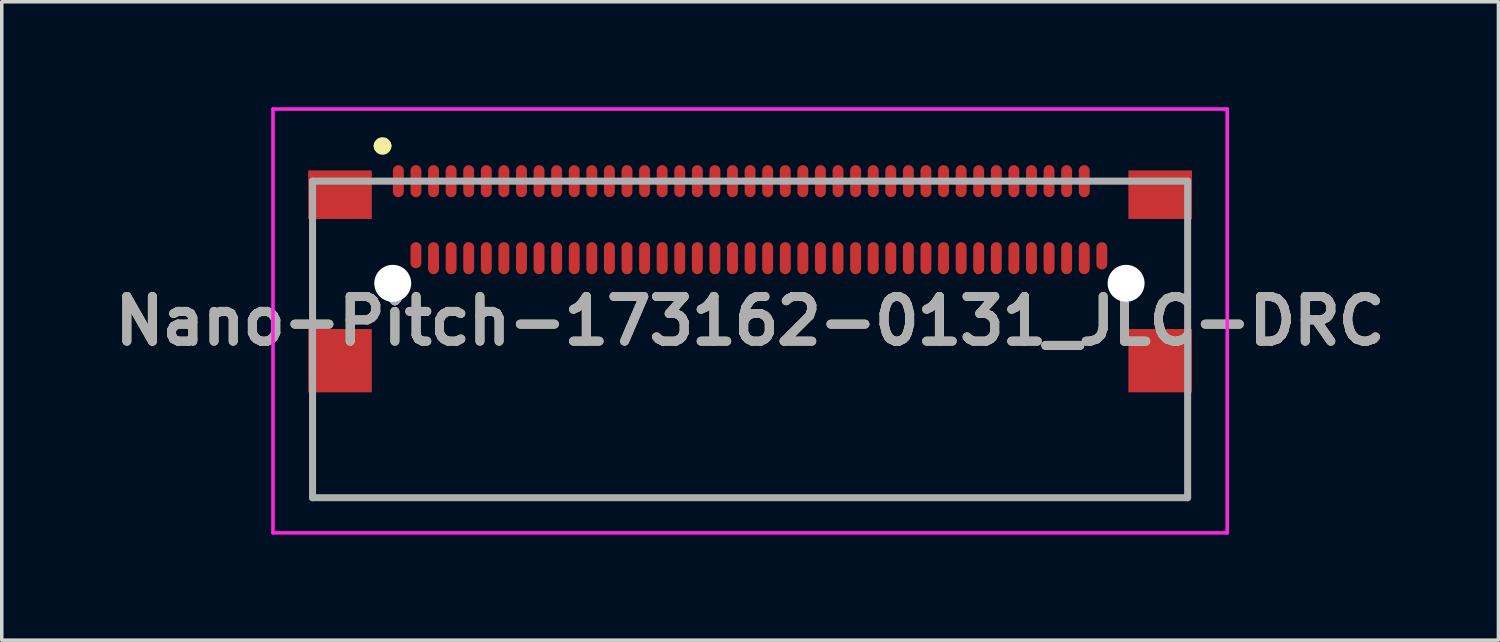
<source format=kicad_pcb>
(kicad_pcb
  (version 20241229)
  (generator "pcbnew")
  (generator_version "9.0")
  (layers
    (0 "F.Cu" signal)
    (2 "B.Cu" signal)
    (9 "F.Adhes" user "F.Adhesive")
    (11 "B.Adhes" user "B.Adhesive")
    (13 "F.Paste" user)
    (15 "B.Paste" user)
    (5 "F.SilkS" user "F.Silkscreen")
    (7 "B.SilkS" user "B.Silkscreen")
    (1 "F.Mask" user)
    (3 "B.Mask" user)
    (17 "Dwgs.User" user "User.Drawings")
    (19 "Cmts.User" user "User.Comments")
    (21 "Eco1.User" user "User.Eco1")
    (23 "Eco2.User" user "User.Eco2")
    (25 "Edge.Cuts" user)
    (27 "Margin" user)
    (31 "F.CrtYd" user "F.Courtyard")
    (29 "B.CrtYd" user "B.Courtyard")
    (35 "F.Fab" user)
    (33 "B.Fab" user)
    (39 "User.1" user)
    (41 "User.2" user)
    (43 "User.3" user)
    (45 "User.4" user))
  (footprint "Nano-Pitch-173162-0131_JLC-DRC"
    (layer "F.Cu")
    (at 18.276 3.195)
    (property "Reference" "Nano-Pitch-173162-0131_JLC-DRC" (at 0 2.88 0) (layer "F.SilkS") (effects (font (size 1.27 1.27) (thickness 0.254))))
    (attr smd)
    (fp_line (start -12.44 0.405) (end -12.44 2.905) (stroke (width 0.1) (type solid)) (layer "F.SilkS"))
    (fp_line (start -12.44 4.905) (end -12.44 7.905) (stroke (width 0.1) (type solid)) (layer "F.SilkS"))
    (fp_line (start -12.44 7.905) (end 12.44 7.905) (stroke (width 0.1) (type solid)) (layer "F.SilkS"))
    (fp_line (start -10.5 -2.095) (end -10.5 -2.095) (stroke (width 0.4) (type solid)) (layer "F.SilkS"))
    (fp_line (start -10.4 -2.095) (end -10.4 -2.095) (stroke (width 0.4) (type solid)) (layer "F.SilkS"))
    (fp_line (start 10 -1.095) (end 10.5 -1.095) (stroke (width 0.1) (type solid)) (layer "F.SilkS"))
    (fp_line (start 12.44 0.405) (end 12.44 2.905) (stroke (width 0.1) (type solid)) (layer "F.SilkS"))
    (fp_line (start 12.44 7.905) (end 12.44 4.905) (stroke (width 0.1) (type solid)) (layer "F.SilkS"))
    (fp_arc (start -10.5 -2.095) (mid -10.45 -2.145) (end -10.4 -2.095) (stroke (width 0.4) (type solid)) (layer "F.SilkS"))
    (fp_arc (start -10.4 -2.095) (mid -10.45 -2.045) (end -10.5 -2.095) (stroke (width 0.4) (type solid)) (layer "F.SilkS"))
    (fp_line (start -13.565 -3.145) (end 13.565 -3.145) (stroke (width 0.1) (type solid)) (layer "F.CrtYd"))
    (fp_line (start -13.565 8.905) (end -13.565 -3.145) (stroke (width 0.1) (type solid)) (layer "F.CrtYd"))
    (fp_line (start 13.565 -3.145) (end 13.565 8.905) (stroke (width 0.1) (type solid)) (layer "F.CrtYd"))
    (fp_line (start 13.565 8.905) (end -13.565 8.905) (stroke (width 0.1) (type solid)) (layer "F.CrtYd"))
    (fp_line (start -12.44 -1.095) (end 12.44 -1.095) (stroke (width 0.2) (type solid)) (layer "F.Fab"))
    (fp_line (start -12.44 7.905) (end -12.44 -1.095) (stroke (width 0.2) (type solid)) (layer "F.Fab"))
    (fp_line (start 12.44 -1.095) (end 12.44 7.905) (stroke (width 0.2) (type solid)) (layer "F.Fab"))
    (fp_line (start 12.44 7.905) (end -12.44 7.905) (stroke (width 0.2) (type solid)) (layer "F.Fab"))
    (fp_text user "${REFERENCE}" (at 0 2.88 0) (layer "F.Fab") (effects (font (size 1.27 1.27) (thickness 0.254))))
    (pad "" np_thru_hole circle (at -10.16 1.81) (size 1.05 1.05) (drill 1.05) (layers "*.Cu" "*.Mask"))
    (pad "" np_thru_hole circle (at 10.69 1.81) (size 1.05 1.05) (drill 1.05) (layers "*.Cu" "*.Mask"))
    (pad "A1" smd oval (at -9.5 1.01) (size 0.31 0.74) (layers "F.Cu" "F.Mask" "F.Paste"))
    (pad "A2" smd oval (at -9 1.095) (size 0.31 0.91) (layers "F.Cu" "F.Mask" "F.Paste"))
    (pad "A3" smd oval (at -8.5 1.095) (size 0.31 0.91) (layers "F.Cu" "F.Mask" "F.Paste"))
    (pad "A4" smd oval (at -8 1.095) (size 0.31 0.91) (layers "F.Cu" "F.Mask" "F.Paste"))
    (pad "A5" smd oval (at -7.5 1.095) (size 0.31 0.91) (layers "F.Cu" "F.Mask" "F.Paste"))
    (pad "A6" smd oval (at -7 1.095) (size 0.31 0.91) (layers "F.Cu" "F.Mask" "F.Paste"))
    (pad "A7" smd oval (at -6.5 1.095) (size 0.31 0.91) (layers "F.Cu" "F.Mask" "F.Paste"))
    (pad "A8" smd oval (at -6 1.095) (size 0.31 0.91) (layers "F.Cu" "F.Mask" "F.Paste"))
    (pad "A9" smd oval (at -5.5 1.095) (size 0.31 0.91) (layers "F.Cu" "F.Mask" "F.Paste"))
    (pad "A10" smd oval (at -5 1.095) (size 0.31 0.91) (layers "F.Cu" "F.Mask" "F.Paste"))
    (pad "A11" smd oval (at -4.5 1.095) (size 0.31 0.91) (layers "F.Cu" "F.Mask" "F.Paste"))
    (pad "A12" smd oval (at -4 1.095) (size 0.31 0.91) (layers "F.Cu" "F.Mask" "F.Paste"))
    (pad "A13" smd oval (at -3.5 1.095) (size 0.31 0.91) (layers "F.Cu" "F.Mask" "F.Paste"))
    (pad "A14" smd oval (at -3 1.095) (size 0.31 0.91) (layers "F.Cu" "F.Mask" "F.Paste"))
    (pad "A15" smd oval (at -2.5 1.095) (size 0.31 0.91) (layers "F.Cu" "F.Mask" "F.Paste"))
    (pad "A16" smd oval (at -2 1.095) (size 0.31 0.91) (layers "F.Cu" "F.Mask" "F.Paste"))
    (pad "A17" smd oval (at -1.5 1.095) (size 0.31 0.91) (layers "F.Cu" "F.Mask" "F.Paste"))
    (pad "A18" smd oval (at -1 1.095) (size 0.31 0.91) (layers "F.Cu" "F.Mask" "F.Paste"))
    (pad "A19" smd oval (at -0.5 1.095) (size 0.31 0.91) (layers "F.Cu" "F.Mask" "F.Paste"))
    (pad "A20" smd oval (at 0 1.095) (size 0.31 0.91) (layers "F.Cu" "F.Mask" "F.Paste"))
    (pad "A21" smd oval (at 0.5 1.095) (size 0.31 0.91) (layers "F.Cu" "F.Mask" "F.Paste"))
    (pad "A22" smd oval (at 1 1.095) (size 0.31 0.91) (layers "F.Cu" "F.Mask" "F.Paste"))
    (pad "A23" smd oval (at 1.5 1.095) (size 0.31 0.91) (layers "F.Cu" "F.Mask" "F.Paste"))
    (pad "A24" smd oval (at 2 1.095) (size 0.31 0.91) (layers "F.Cu" "F.Mask" "F.Paste"))
    (pad "A25" smd oval (at 2.5 1.095) (size 0.31 0.91) (layers "F.Cu" "F.Mask" "F.Paste"))
    (pad "A26" smd oval (at 3 1.095) (size 0.31 0.91) (layers "F.Cu" "F.Mask" "F.Paste"))
    (pad "A27" smd oval (at 3.5 1.095) (size 0.31 0.91) (layers "F.Cu" "F.Mask" "F.Paste"))
    (pad "A28" smd oval (at 4 1.095) (size 0.31 0.91) (layers "F.Cu" "F.Mask" "F.Paste"))
    (pad "A29" smd oval (at 4.5 1.095) (size 0.31 0.91) (layers "F.Cu" "F.Mask" "F.Paste"))
    (pad "A30" smd oval (at 5 1.095) (size 0.31 0.91) (layers "F.Cu" "F.Mask" "F.Paste"))
    (pad "A31" smd oval (at 5.5 1.095) (size 0.31 0.91) (layers "F.Cu" "F.Mask" "F.Paste"))
    (pad "A32" smd oval (at 6 1.095) (size 0.31 0.91) (layers "F.Cu" "F.Mask" "F.Paste"))
    (pad "A33" smd oval (at 6.5 1.095) (size 0.31 0.91) (layers "F.Cu" "F.Mask" "F.Paste"))
    (pad "A34" smd oval (at 7 1.095) (size 0.31 0.91) (layers "F.Cu" "F.Mask" "F.Paste"))
    (pad "A35" smd oval (at 7.5 1.095) (size 0.31 0.91) (layers "F.Cu" "F.Mask" "F.Paste"))
    (pad "A36" smd oval (at 8 1.095) (size 0.31 0.91) (layers "F.Cu" "F.Mask" "F.Paste"))
    (pad "A37" smd oval (at 8.5 1.095) (size 0.31 0.91) (layers "F.Cu" "F.Mask" "F.Paste"))
    (pad "A38" smd oval (at 9 1.095) (size 0.31 0.91) (layers "F.Cu" "F.Mask" "F.Paste"))
    (pad "A39" smd oval (at 9.5 1.095) (size 0.31 0.91) (layers "F.Cu" "F.Mask" "F.Paste"))
    (pad "A40" smd oval (at 10 1.028) (size 0.31 0.775) (layers "F.Cu" "F.Mask" "F.Paste"))
    (pad "B1" smd oval (at -10 -1.095) (size 0.31 0.91) (layers "F.Cu" "F.Mask" "F.Paste"))
    (pad "B2" smd oval (at -9.5 -1.095) (size 0.31 0.91) (layers "F.Cu" "F.Mask" "F.Paste"))
    (pad "B3" smd oval (at -9 -1.095) (size 0.31 0.91) (layers "F.Cu" "F.Mask" "F.Paste"))
    (pad "B4" smd oval (at -8.5 -1.095) (size 0.31 0.91) (layers "F.Cu" "F.Mask" "F.Paste"))
    (pad "B5" smd oval (at -8 -1.095) (size 0.31 0.91) (layers "F.Cu" "F.Mask" "F.Paste"))
    (pad "B6" smd oval (at -7.5 -1.095) (size 0.31 0.91) (layers "F.Cu" "F.Mask" "F.Paste"))
    (pad "B7" smd oval (at -7 -1.095) (size 0.31 0.91) (layers "F.Cu" "F.Mask" "F.Paste"))
    (pad "B8" smd oval (at -6.5 -1.095) (size 0.31 0.91) (layers "F.Cu" "F.Mask" "F.Paste"))
    (pad "B9" smd oval (at -6 -1.095) (size 0.31 0.91) (layers "F.Cu" "F.Mask" "F.Paste"))
    (pad "B10" smd oval (at -5.5 -1.095) (size 0.31 0.91) (layers "F.Cu" "F.Mask" "F.Paste"))
    (pad "B11" smd oval (at -5 -1.095) (size 0.31 0.91) (layers "F.Cu" "F.Mask" "F.Paste"))
    (pad "B12" smd oval (at -4.5 -1.095) (size 0.31 0.91) (layers "F.Cu" "F.Mask" "F.Paste"))
    (pad "B13" smd oval (at -4 -1.095) (size 0.31 0.91) (layers "F.Cu" "F.Mask" "F.Paste"))
    (pad "B14" smd oval (at -3.5 -1.095) (size 0.31 0.91) (layers "F.Cu" "F.Mask" "F.Paste"))
    (pad "B15" smd oval (at -3 -1.095) (size 0.31 0.91) (layers "F.Cu" "F.Mask" "F.Paste"))
    (pad "B16" smd oval (at -2.5 -1.095) (size 0.31 0.91) (layers "F.Cu" "F.Mask" "F.Paste"))
    (pad "B17" smd oval (at -2 -1.095) (size 0.31 0.91) (layers "F.Cu" "F.Mask" "F.Paste"))
    (pad "B18" smd oval (at -1.5 -1.095) (size 0.31 0.91) (layers "F.Cu" "F.Mask" "F.Paste"))
    (pad "B19" smd oval (at -1 -1.095) (size 0.31 0.91) (layers "F.Cu" "F.Mask" "F.Paste"))
    (pad "B20" smd oval (at -0.5 -1.095) (size 0.31 0.91) (layers "F.Cu" "F.Mask" "F.Paste"))
    (pad "B21" smd oval (at 0 -1.095) (size 0.31 0.91) (layers "F.Cu" "F.Mask" "F.Paste"))
    (pad "B22" smd oval (at 0.5 -1.095) (size 0.31 0.91) (layers "F.Cu" "F.Mask" "F.Paste"))
    (pad "B23" smd oval (at 1 -1.095) (size 0.31 0.91) (layers "F.Cu" "F.Mask" "F.Paste"))
    (pad "B24" smd oval (at 1.5 -1.095) (size 0.31 0.91) (layers "F.Cu" "F.Mask" "F.Paste"))
    (pad "B25" smd oval (at 2 -1.095) (size 0.31 0.91) (layers "F.Cu" "F.Mask" "F.Paste"))
    (pad "B26" smd oval (at 2.5 -1.095) (size 0.31 0.91) (layers "F.Cu" "F.Mask" "F.Paste"))
    (pad "B27" smd oval (at 3 -1.095) (size 0.31 0.91) (layers "F.Cu" "F.Mask" "F.Paste"))
    (pad "B28" smd oval (at 3.5 -1.095) (size 0.31 0.91) (layers "F.Cu" "F.Mask" "F.Paste"))
    (pad "B29" smd oval (at 4 -1.095) (size 0.31 0.91) (layers "F.Cu" "F.Mask" "F.Paste"))
    (pad "B30" smd oval (at 4.5 -1.095) (size 0.31 0.91) (layers "F.Cu" "F.Mask" "F.Paste"))
    (pad "B31" smd oval (at 5 -1.095) (size 0.31 0.91) (layers "F.Cu" "F.Mask" "F.Paste"))
    (pad "B32" smd oval (at 5.5 -1.095) (size 0.31 0.91) (layers "F.Cu" "F.Mask" "F.Paste"))
    (pad "B33" smd oval (at 6 -1.095) (size 0.31 0.91) (layers "F.Cu" "F.Mask" "F.Paste"))
    (pad "B34" smd oval (at 6.5 -1.095) (size 0.31 0.91) (layers "F.Cu" "F.Mask" "F.Paste"))
    (pad "B35" smd oval (at 7 -1.095) (size 0.31 0.91) (layers "F.Cu" "F.Mask" "F.Paste"))
    (pad "B36" smd oval (at 7.5 -1.095) (size 0.31 0.91) (layers "F.Cu" "F.Mask" "F.Paste"))
    (pad "B37" smd oval (at 8 -1.095) (size 0.31 0.91) (layers "F.Cu" "F.Mask" "F.Paste"))
    (pad "B38" smd oval (at 8.5 -1.095) (size 0.31 0.91) (layers "F.Cu" "F.Mask" "F.Paste"))
    (pad "B39" smd oval (at 9 -1.095) (size 0.31 0.91) (layers "F.Cu" "F.Mask" "F.Paste"))
    (pad "B40" smd oval (at 9.5 -1.095) (size 0.31 0.91) (layers "F.Cu" "F.Mask" "F.Paste"))
    (pad "MP1" smd rect (at -11.66 -0.71 90) (size 1.38 1.81) (layers "F.Cu" "F.Mask" "F.Paste"))
    (pad "MP2" smd rect (at -11.66 4.01 90) (size 1.8 1.81) (layers "F.Cu" "F.Mask" "F.Paste"))
    (pad "MP3" smd rect (at 11.66 -0.71 90) (size 1.38 1.81) (layers "F.Cu" "F.Mask" "F.Paste"))
    (pad "MP4" smd rect (at 11.66 4.01 90) (size 1.8 1.81) (layers "F.Cu" "F.Mask" "F.Paste")))
  (gr_rect
    (start -3 -3)
    (end 39.552 15.15)
    (stroke (width 0.1) (type default))
    (fill no)
    (layer "Edge.Cuts")))
</source>
